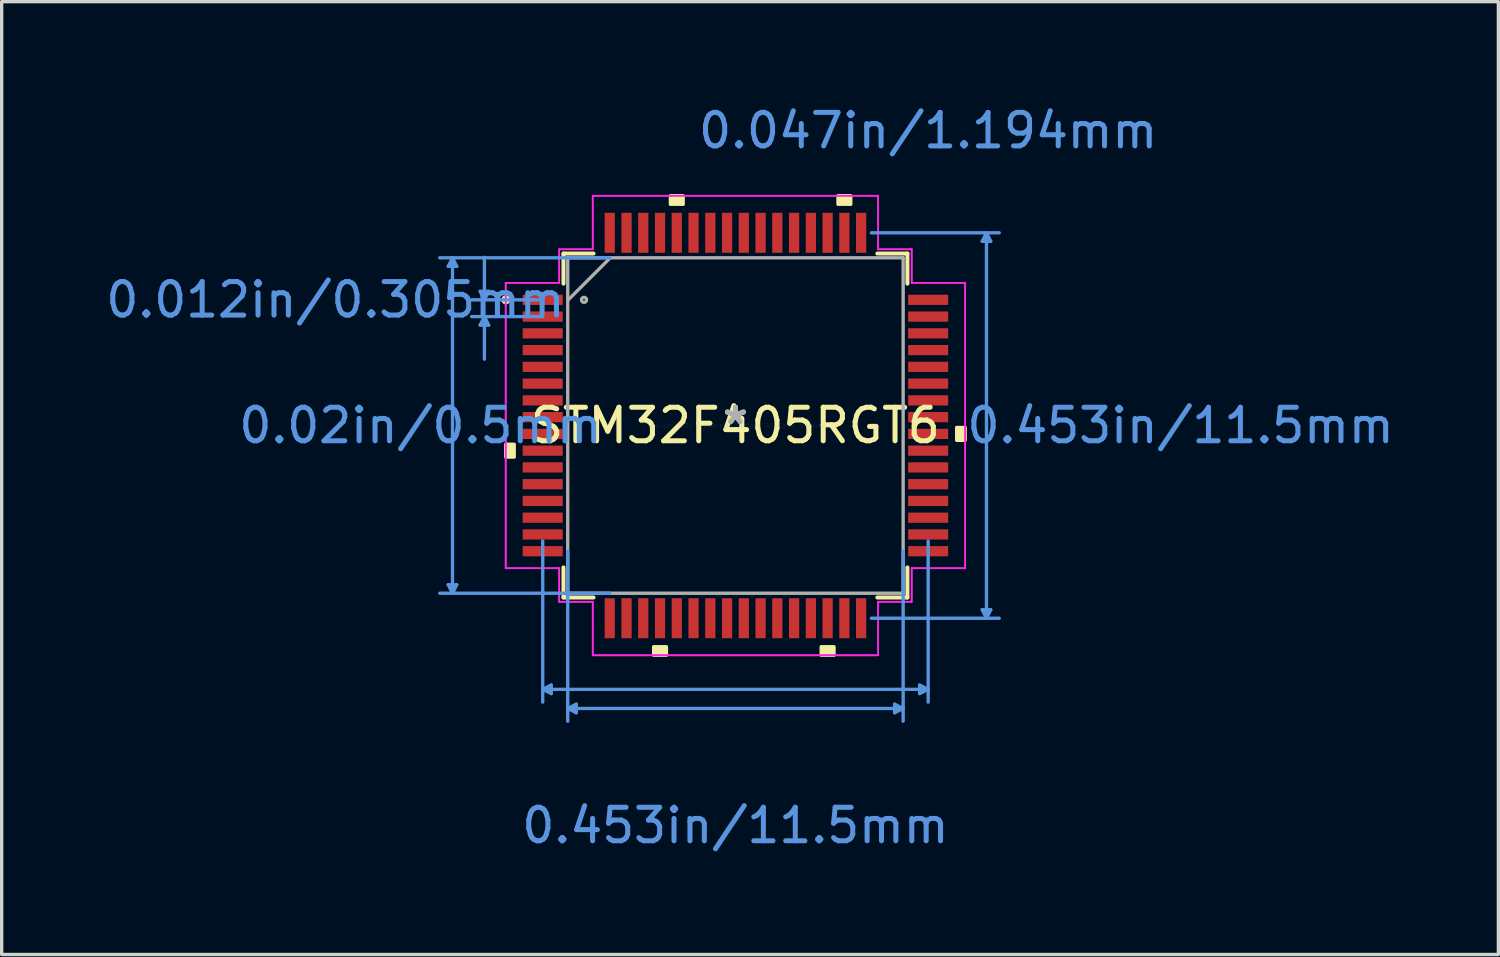
<source format=kicad_pcb>
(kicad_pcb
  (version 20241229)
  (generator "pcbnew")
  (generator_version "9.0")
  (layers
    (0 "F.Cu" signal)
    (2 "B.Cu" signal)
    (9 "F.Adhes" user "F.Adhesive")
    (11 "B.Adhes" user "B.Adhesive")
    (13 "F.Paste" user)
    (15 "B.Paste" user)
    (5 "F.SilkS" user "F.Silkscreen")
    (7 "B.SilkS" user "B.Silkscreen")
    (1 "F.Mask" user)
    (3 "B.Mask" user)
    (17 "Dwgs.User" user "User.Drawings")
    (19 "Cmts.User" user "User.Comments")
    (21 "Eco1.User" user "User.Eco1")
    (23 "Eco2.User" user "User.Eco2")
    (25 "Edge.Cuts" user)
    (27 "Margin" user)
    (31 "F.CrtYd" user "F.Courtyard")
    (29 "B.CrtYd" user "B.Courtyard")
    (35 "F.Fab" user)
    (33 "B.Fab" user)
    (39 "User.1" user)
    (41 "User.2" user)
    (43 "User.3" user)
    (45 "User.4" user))
  (footprint "STM32F405RGT6"
    (layer "F.Cu")
    (at 18.893 9.646)
    (property "Reference" "STM32F405RGT6" (at 0 0 0) (layer "F.SilkS") (effects (font (size 1 1) (thickness 0.15))))
    (attr through_hole)
    (fp_line (start -5.131 -5.131) (end -5.131 -4.234) (stroke (width 0.12) (type solid)) (layer "F.SilkS"))
    (fp_line (start -5.131 4.234) (end -5.131 5.131) (stroke (width 0.12) (type solid)) (layer "F.SilkS"))
    (fp_line (start -5.131 5.131) (end -4.234 5.131) (stroke (width 0.12) (type solid)) (layer "F.SilkS"))
    (fp_line (start -4.234 -5.131) (end -5.131 -5.131) (stroke (width 0.12) (type solid)) (layer "F.SilkS"))
    (fp_line (start 4.234 5.131) (end 5.131 5.131) (stroke (width 0.12) (type solid)) (layer "F.SilkS"))
    (fp_line (start 5.131 -5.131) (end 4.234 -5.131) (stroke (width 0.12) (type solid)) (layer "F.SilkS"))
    (fp_line (start 5.131 -4.234) (end 5.131 -5.131) (stroke (width 0.12) (type solid)) (layer "F.SilkS"))
    (fp_line (start 5.131 5.131) (end 5.131 4.234) (stroke (width 0.12) (type solid)) (layer "F.SilkS"))
    (fp_circle (center -6.851 -3.75) (end -6.775 -3.75) (stroke (width 0.12) (type solid)) (fill no) (layer "F.SilkS"))
    (fp_poly (pts (xy -6.855 0.56) (xy -6.855 0.941) (xy -6.601 0.941) (xy -6.601 0.56)) (stroke (width 0.1) (type solid)) (fill yes) (layer "F.SilkS"))
    (fp_poly (pts (xy -2.441 6.601) (xy -2.441 6.855) (xy -2.06 6.855) (xy -2.06 6.601)) (stroke (width 0.1) (type solid)) (fill yes) (layer "F.SilkS"))
    (fp_poly (pts (xy -1.94 -6.601) (xy -1.94 -6.855) (xy -1.559 -6.855) (xy -1.559 -6.601)) (stroke (width 0.1) (type solid)) (fill yes) (layer "F.SilkS"))
    (fp_poly (pts (xy 2.559 6.601) (xy 2.559 6.855) (xy 2.941 6.855) (xy 2.941 6.601)) (stroke (width 0.1) (type solid)) (fill yes) (layer "F.SilkS"))
    (fp_poly (pts (xy 3.06 -6.601) (xy 3.06 -6.855) (xy 3.441 -6.855) (xy 3.441 -6.601)) (stroke (width 0.1) (type solid)) (fill yes) (layer "F.SilkS"))
    (fp_poly (pts (xy 6.855 0.059) (xy 6.855 0.441) (xy 6.601 0.441) (xy 6.601 0.059)) (stroke (width 0.1) (type solid)) (fill yes) (layer "F.SilkS"))
    (fp_line (start -8.569 -4.75) (end -8.315 -4.75) (stroke (width 0.1) (type solid)) (layer "Cmts.User"))
    (fp_line (start -8.569 4.75) (end -8.315 4.75) (stroke (width 0.1) (type solid)) (layer "Cmts.User"))
    (fp_line (start -8.442 -5.004) (end -8.569 -4.75) (stroke (width 0.1) (type solid)) (layer "Cmts.User"))
    (fp_line (start -8.442 -5.004) (end -8.442 5.004) (stroke (width 0.1) (type solid)) (layer "Cmts.User"))
    (fp_line (start -8.442 -5.004) (end -8.315 -4.75) (stroke (width 0.1) (type solid)) (layer "Cmts.User"))
    (fp_line (start -8.442 5.004) (end -8.569 4.75) (stroke (width 0.1) (type solid)) (layer "Cmts.User"))
    (fp_line (start -8.442 5.004) (end -8.315 4.75) (stroke (width 0.1) (type solid)) (layer "Cmts.User"))
    (fp_line (start -7.617 -4.004) (end -7.363 -4.004) (stroke (width 0.1) (type solid)) (layer "Cmts.User"))
    (fp_line (start -7.617 -2.996) (end -7.363 -2.996) (stroke (width 0.1) (type solid)) (layer "Cmts.User"))
    (fp_line (start -7.49 -3.75) (end -7.617 -4.004) (stroke (width 0.1) (type solid)) (layer "Cmts.User"))
    (fp_line (start -7.49 -3.75) (end -7.49 -5.02) (stroke (width 0.1) (type solid)) (layer "Cmts.User"))
    (fp_line (start -7.49 -3.75) (end -7.363 -4.004) (stroke (width 0.1) (type solid)) (layer "Cmts.User"))
    (fp_line (start -7.49 -3.25) (end -7.617 -2.996) (stroke (width 0.1) (type solid)) (layer "Cmts.User"))
    (fp_line (start -7.49 -3.25) (end -7.49 -1.98) (stroke (width 0.1) (type solid)) (layer "Cmts.User"))
    (fp_line (start -7.49 -3.25) (end -7.363 -2.996) (stroke (width 0.1) (type solid)) (layer "Cmts.User"))
    (fp_line (start -5.75 -3.75) (end -7.871 -3.75) (stroke (width 0.1) (type solid)) (layer "Cmts.User"))
    (fp_line (start -5.75 -3.25) (end -7.871 -3.25) (stroke (width 0.1) (type solid)) (layer "Cmts.User"))
    (fp_line (start -5.75 3.445) (end -5.75 8.252) (stroke (width 0.1) (type solid)) (layer "Cmts.User"))
    (fp_line (start -5.75 7.871) (end -5.496 7.744) (stroke (width 0.1) (type solid)) (layer "Cmts.User"))
    (fp_line (start -5.75 7.871) (end -5.496 7.998) (stroke (width 0.1) (type solid)) (layer "Cmts.User"))
    (fp_line (start -5.75 7.871) (end 5.75 7.871) (stroke (width 0.1) (type solid)) (layer "Cmts.User"))
    (fp_line (start -5.496 7.744) (end -5.496 7.998) (stroke (width 0.1) (type solid)) (layer "Cmts.User"))
    (fp_line (start -5.004 3.75) (end -5.004 8.823) (stroke (width 0.1) (type solid)) (layer "Cmts.User"))
    (fp_line (start -5.004 8.442) (end -4.75 8.315) (stroke (width 0.1) (type solid)) (layer "Cmts.User"))
    (fp_line (start -5.004 8.442) (end -4.75 8.569) (stroke (width 0.1) (type solid)) (layer "Cmts.User"))
    (fp_line (start -5.004 8.442) (end 5.004 8.442) (stroke (width 0.1) (type solid)) (layer "Cmts.User"))
    (fp_line (start -4.75 8.315) (end -4.75 8.569) (stroke (width 0.1) (type solid)) (layer "Cmts.User"))
    (fp_line (start -3.75 -5.004) (end -8.823 -5.004) (stroke (width 0.1) (type solid)) (layer "Cmts.User"))
    (fp_line (start -3.75 5.004) (end -8.823 5.004) (stroke (width 0.1) (type solid)) (layer "Cmts.User"))
    (fp_line (start 4.055 -5.75) (end 7.871 -5.75) (stroke (width 0.1) (type solid)) (layer "Cmts.User"))
    (fp_line (start 4.055 5.75) (end 7.871 5.75) (stroke (width 0.1) (type solid)) (layer "Cmts.User"))
    (fp_line (start 4.75 8.315) (end 4.75 8.569) (stroke (width 0.1) (type solid)) (layer "Cmts.User"))
    (fp_line (start 5.004 3.75) (end 5.004 8.823) (stroke (width 0.1) (type solid)) (layer "Cmts.User"))
    (fp_line (start 5.004 8.442) (end 4.75 8.315) (stroke (width 0.1) (type solid)) (layer "Cmts.User"))
    (fp_line (start 5.004 8.442) (end 4.75 8.569) (stroke (width 0.1) (type solid)) (layer "Cmts.User"))
    (fp_line (start 5.496 7.744) (end 5.496 7.998) (stroke (width 0.1) (type solid)) (layer "Cmts.User"))
    (fp_line (start 5.75 3.445) (end 5.75 8.252) (stroke (width 0.1) (type solid)) (layer "Cmts.User"))
    (fp_line (start 5.75 7.871) (end 5.496 7.744) (stroke (width 0.1) (type solid)) (layer "Cmts.User"))
    (fp_line (start 5.75 7.871) (end 5.496 7.998) (stroke (width 0.1) (type solid)) (layer "Cmts.User"))
    (fp_line (start 7.363 -5.496) (end 7.617 -5.496) (stroke (width 0.1) (type solid)) (layer "Cmts.User"))
    (fp_line (start 7.363 5.496) (end 7.617 5.496) (stroke (width 0.1) (type solid)) (layer "Cmts.User"))
    (fp_line (start 7.49 -5.75) (end 7.363 -5.496) (stroke (width 0.1) (type solid)) (layer "Cmts.User"))
    (fp_line (start 7.49 -5.75) (end 7.49 5.75) (stroke (width 0.1) (type solid)) (layer "Cmts.User"))
    (fp_line (start 7.49 -5.75) (end 7.617 -5.496) (stroke (width 0.1) (type solid)) (layer "Cmts.User"))
    (fp_line (start 7.49 5.75) (end 7.363 5.496) (stroke (width 0.1) (type solid)) (layer "Cmts.User"))
    (fp_line (start 7.49 5.75) (end 7.617 5.496) (stroke (width 0.1) (type solid)) (layer "Cmts.User"))
    (fp_line (start -6.855 -4.258) (end -5.258 -4.258) (stroke (width 0.05) (type solid)) (layer "F.CrtYd"))
    (fp_line (start -6.855 -4.258) (end -5.258 -4.258) (stroke (width 0.05) (type solid)) (layer "F.CrtYd"))
    (fp_line (start -6.855 4.258) (end -6.855 -4.258) (stroke (width 0.05) (type solid)) (layer "F.CrtYd"))
    (fp_line (start -6.855 4.258) (end -6.855 -4.258) (stroke (width 0.05) (type solid)) (layer "F.CrtYd"))
    (fp_line (start -5.258 -5.258) (end -4.258 -5.258) (stroke (width 0.05) (type solid)) (layer "F.CrtYd"))
    (fp_line (start -5.258 -5.258) (end -4.258 -5.258) (stroke (width 0.05) (type solid)) (layer "F.CrtYd"))
    (fp_line (start -5.258 -4.258) (end -5.258 -5.258) (stroke (width 0.05) (type solid)) (layer "F.CrtYd"))
    (fp_line (start -5.258 -4.258) (end -5.258 -5.258) (stroke (width 0.05) (type solid)) (layer "F.CrtYd"))
    (fp_line (start -5.258 4.258) (end -6.855 4.258) (stroke (width 0.05) (type solid)) (layer "F.CrtYd"))
    (fp_line (start -5.258 4.258) (end -6.855 4.258) (stroke (width 0.05) (type solid)) (layer "F.CrtYd"))
    (fp_line (start -5.258 5.258) (end -5.258 4.258) (stroke (width 0.05) (type solid)) (layer "F.CrtYd"))
    (fp_line (start -5.258 5.258) (end -5.258 4.258) (stroke (width 0.05) (type solid)) (layer "F.CrtYd"))
    (fp_line (start -4.258 -6.855) (end 4.258 -6.855) (stroke (width 0.05) (type solid)) (layer "F.CrtYd"))
    (fp_line (start -4.258 -6.855) (end 4.258 -6.855) (stroke (width 0.05) (type solid)) (layer "F.CrtYd"))
    (fp_line (start -4.258 -5.258) (end -4.258 -6.855) (stroke (width 0.05) (type solid)) (layer "F.CrtYd"))
    (fp_line (start -4.258 -5.258) (end -4.258 -6.855) (stroke (width 0.05) (type solid)) (layer "F.CrtYd"))
    (fp_line (start -4.258 5.258) (end -5.258 5.258) (stroke (width 0.05) (type solid)) (layer "F.CrtYd"))
    (fp_line (start -4.258 5.258) (end -5.258 5.258) (stroke (width 0.05) (type solid)) (layer "F.CrtYd"))
    (fp_line (start -4.258 6.855) (end -4.258 5.258) (stroke (width 0.05) (type solid)) (layer "F.CrtYd"))
    (fp_line (start -4.258 6.855) (end -4.258 5.258) (stroke (width 0.05) (type solid)) (layer "F.CrtYd"))
    (fp_line (start 4.258 -6.855) (end 4.258 -5.258) (stroke (width 0.05) (type solid)) (layer "F.CrtYd"))
    (fp_line (start 4.258 -6.855) (end 4.258 -5.258) (stroke (width 0.05) (type solid)) (layer "F.CrtYd"))
    (fp_line (start 4.258 -5.258) (end 5.258 -5.258) (stroke (width 0.05) (type solid)) (layer "F.CrtYd"))
    (fp_line (start 4.258 -5.258) (end 5.258 -5.258) (stroke (width 0.05) (type solid)) (layer "F.CrtYd"))
    (fp_line (start 4.258 5.258) (end 4.258 6.855) (stroke (width 0.05) (type solid)) (layer "F.CrtYd"))
    (fp_line (start 4.258 5.258) (end 4.258 6.855) (stroke (width 0.05) (type solid)) (layer "F.CrtYd"))
    (fp_line (start 4.258 6.855) (end -4.258 6.855) (stroke (width 0.05) (type solid)) (layer "F.CrtYd"))
    (fp_line (start 4.258 6.855) (end -4.258 6.855) (stroke (width 0.05) (type solid)) (layer "F.CrtYd"))
    (fp_line (start 5.258 -5.258) (end 5.258 -4.258) (stroke (width 0.05) (type solid)) (layer "F.CrtYd"))
    (fp_line (start 5.258 -5.258) (end 5.258 -4.258) (stroke (width 0.05) (type solid)) (layer "F.CrtYd"))
    (fp_line (start 5.258 -4.258) (end 6.855 -4.258) (stroke (width 0.05) (type solid)) (layer "F.CrtYd"))
    (fp_line (start 5.258 -4.258) (end 6.855 -4.258) (stroke (width 0.05) (type solid)) (layer "F.CrtYd"))
    (fp_line (start 5.258 4.258) (end 5.258 5.258) (stroke (width 0.05) (type solid)) (layer "F.CrtYd"))
    (fp_line (start 5.258 4.258) (end 5.258 5.258) (stroke (width 0.05) (type solid)) (layer "F.CrtYd"))
    (fp_line (start 5.258 5.258) (end 4.258 5.258) (stroke (width 0.05) (type solid)) (layer "F.CrtYd"))
    (fp_line (start 5.258 5.258) (end 4.258 5.258) (stroke (width 0.05) (type solid)) (layer "F.CrtYd"))
    (fp_line (start 6.855 -4.258) (end 6.855 4.258) (stroke (width 0.05) (type solid)) (layer "F.CrtYd"))
    (fp_line (start 6.855 -4.258) (end 6.855 4.258) (stroke (width 0.05) (type solid)) (layer "F.CrtYd"))
    (fp_line (start 6.855 4.258) (end 5.258 4.258) (stroke (width 0.05) (type solid)) (layer "F.CrtYd"))
    (fp_line (start 6.855 4.258) (end 5.258 4.258) (stroke (width 0.05) (type solid)) (layer "F.CrtYd"))
    (fp_line (start -5.004 -5.004) (end -5.004 5.004) (stroke (width 0.1) (type solid)) (layer "F.Fab"))
    (fp_line (start -5.004 -3.734) (end -3.734 -5.004) (stroke (width 0.1) (type solid)) (layer "F.Fab"))
    (fp_line (start -5.004 5.004) (end 5.004 5.004) (stroke (width 0.1) (type solid)) (layer "F.Fab"))
    (fp_line (start 5.004 -5.004) (end -5.004 -5.004) (stroke (width 0.1) (type solid)) (layer "F.Fab"))
    (fp_line (start 5.004 5.004) (end 5.004 -5.004) (stroke (width 0.1) (type solid)) (layer "F.Fab"))
    (fp_circle (center -4.518 -3.75) (end -4.442 -3.75) (stroke (width 0.1) (type solid)) (fill no) (layer "F.Fab"))
    (fp_text user "*" (at 0 0 0) (layer "F.SilkS") (effects (font (size 1 1) (thickness 0.15))))
    (fp_text user "0.453in/11.5mm" (at 13.281 0 0) (layer "Cmts.User") (effects (font (size 1 1) (thickness 0.15))))
    (fp_text user "0.012in/0.305mm" (at -11.935 -3.75 0) (layer "Cmts.User") (effects (font (size 1 1) (thickness 0.15))))
    (fp_text user "0.047in/1.194mm" (at 5.75 -8.798 0) (layer "Cmts.User") (effects (font (size 1 1) (thickness 0.15))))
    (fp_text user "0.02in/0.5mm" (at -9.395 0 0) (layer "Cmts.User") (effects (font (size 1 1) (thickness 0.15))))
    (fp_text user "0.453in/11.5mm" (at 0 11.935 0) (layer "Cmts.User") (effects (font (size 1 1) (thickness 0.15))))
    (fp_text user "Copyright 2021 Accelerated Designs. All rights reserved." (at 0 0 0) (layer "Cmts.User") (effects (font (size 0.127 0.127) (thickness 0.002))))
    (fp_text user "*" (at 0 0 0) (layer "F.Fab") (effects (font (size 1 1) (thickness 0.15))))
    (pad "1" smd rect (at -5.75 -3.75) (size 1.194 0.305) (layers "F.Cu" "F.Mask" "F.Paste"))
    (pad "2" smd rect (at -5.75 -3.25) (size 1.194 0.305) (layers "F.Cu" "F.Mask" "F.Paste"))
    (pad "3" smd rect (at -5.75 -2.75) (size 1.194 0.305) (layers "F.Cu" "F.Mask" "F.Paste"))
    (pad "4" smd rect (at -5.75 -2.25) (size 1.194 0.305) (layers "F.Cu" "F.Mask" "F.Paste"))
    (pad "5" smd rect (at -5.75 -1.75) (size 1.194 0.305) (layers "F.Cu" "F.Mask" "F.Paste"))
    (pad "6" smd rect (at -5.75 -1.25) (size 1.194 0.305) (layers "F.Cu" "F.Mask" "F.Paste"))
    (pad "7" smd rect (at -5.75 -0.75) (size 1.194 0.305) (layers "F.Cu" "F.Mask" "F.Paste"))
    (pad "8" smd rect (at -5.75 -0.25) (size 1.194 0.305) (layers "F.Cu" "F.Mask" "F.Paste"))
    (pad "9" smd rect (at -5.75 0.25) (size 1.194 0.305) (layers "F.Cu" "F.Mask" "F.Paste"))
    (pad "10" smd rect (at -5.75 0.75) (size 1.194 0.305) (layers "F.Cu" "F.Mask" "F.Paste"))
    (pad "11" smd rect (at -5.75 1.25) (size 1.194 0.305) (layers "F.Cu" "F.Mask" "F.Paste"))
    (pad "12" smd rect (at -5.75 1.75) (size 1.194 0.305) (layers "F.Cu" "F.Mask" "F.Paste"))
    (pad "13" smd rect (at -5.75 2.25) (size 1.194 0.305) (layers "F.Cu" "F.Mask" "F.Paste"))
    (pad "14" smd rect (at -5.75 2.75) (size 1.194 0.305) (layers "F.Cu" "F.Mask" "F.Paste"))
    (pad "15" smd rect (at -5.75 3.25) (size 1.194 0.305) (layers "F.Cu" "F.Mask" "F.Paste"))
    (pad "16" smd rect (at -5.75 3.75) (size 1.194 0.305) (layers "F.Cu" "F.Mask" "F.Paste"))
    (pad "17" smd rect (at -3.75 5.75 90) (size 1.194 0.305) (layers "F.Cu" "F.Mask" "F.Paste"))
    (pad "18" smd rect (at -3.25 5.75 90) (size 1.194 0.305) (layers "F.Cu" "F.Mask" "F.Paste"))
    (pad "19" smd rect (at -2.75 5.75 90) (size 1.194 0.305) (layers "F.Cu" "F.Mask" "F.Paste"))
    (pad "20" smd rect (at -2.25 5.75 90) (size 1.194 0.305) (layers "F.Cu" "F.Mask" "F.Paste"))
    (pad "21" smd rect (at -1.75 5.75 90) (size 1.194 0.305) (layers "F.Cu" "F.Mask" "F.Paste"))
    (pad "22" smd rect (at -1.25 5.75 90) (size 1.194 0.305) (layers "F.Cu" "F.Mask" "F.Paste"))
    (pad "23" smd rect (at -0.75 5.75 90) (size 1.194 0.305) (layers "F.Cu" "F.Mask" "F.Paste"))
    (pad "24" smd rect (at -0.25 5.75 90) (size 1.194 0.305) (layers "F.Cu" "F.Mask" "F.Paste"))
    (pad "25" smd rect (at 0.25 5.75 90) (size 1.194 0.305) (layers "F.Cu" "F.Mask" "F.Paste"))
    (pad "26" smd rect (at 0.75 5.75 90) (size 1.194 0.305) (layers "F.Cu" "F.Mask" "F.Paste"))
    (pad "27" smd rect (at 1.25 5.75 90) (size 1.194 0.305) (layers "F.Cu" "F.Mask" "F.Paste"))
    (pad "28" smd rect (at 1.75 5.75 90) (size 1.194 0.305) (layers "F.Cu" "F.Mask" "F.Paste"))
    (pad "29" smd rect (at 2.25 5.75 90) (size 1.194 0.305) (layers "F.Cu" "F.Mask" "F.Paste"))
    (pad "30" smd rect (at 2.75 5.75 90) (size 1.194 0.305) (layers "F.Cu" "F.Mask" "F.Paste"))
    (pad "31" smd rect (at 3.25 5.75 90) (size 1.194 0.305) (layers "F.Cu" "F.Mask" "F.Paste"))
    (pad "32" smd rect (at 3.75 5.75 90) (size 1.194 0.305) (layers "F.Cu" "F.Mask" "F.Paste"))
    (pad "33" smd rect (at 5.75 3.75) (size 1.194 0.305) (layers "F.Cu" "F.Mask" "F.Paste"))
    (pad "34" smd rect (at 5.75 3.25) (size 1.194 0.305) (layers "F.Cu" "F.Mask" "F.Paste"))
    (pad "35" smd rect (at 5.75 2.75) (size 1.194 0.305) (layers "F.Cu" "F.Mask" "F.Paste"))
    (pad "36" smd rect (at 5.75 2.25) (size 1.194 0.305) (layers "F.Cu" "F.Mask" "F.Paste"))
    (pad "37" smd rect (at 5.75 1.75) (size 1.194 0.305) (layers "F.Cu" "F.Mask" "F.Paste"))
    (pad "38" smd rect (at 5.75 1.25) (size 1.194 0.305) (layers "F.Cu" "F.Mask" "F.Paste"))
    (pad "39" smd rect (at 5.75 0.75) (size 1.194 0.305) (layers "F.Cu" "F.Mask" "F.Paste"))
    (pad "40" smd rect (at 5.75 0.25) (size 1.194 0.305) (layers "F.Cu" "F.Mask" "F.Paste"))
    (pad "41" smd rect (at 5.75 -0.25) (size 1.194 0.305) (layers "F.Cu" "F.Mask" "F.Paste"))
    (pad "42" smd rect (at 5.75 -0.75) (size 1.194 0.305) (layers "F.Cu" "F.Mask" "F.Paste"))
    (pad "43" smd rect (at 5.75 -1.25) (size 1.194 0.305) (layers "F.Cu" "F.Mask" "F.Paste"))
    (pad "44" smd rect (at 5.75 -1.75) (size 1.194 0.305) (layers "F.Cu" "F.Mask" "F.Paste"))
    (pad "45" smd rect (at 5.75 -2.25) (size 1.194 0.305) (layers "F.Cu" "F.Mask" "F.Paste"))
    (pad "46" smd rect (at 5.75 -2.75) (size 1.194 0.305) (layers "F.Cu" "F.Mask" "F.Paste"))
    (pad "47" smd rect (at 5.75 -3.25) (size 1.194 0.305) (layers "F.Cu" "F.Mask" "F.Paste"))
    (pad "48" smd rect (at 5.75 -3.75) (size 1.194 0.305) (layers "F.Cu" "F.Mask" "F.Paste"))
    (pad "49" smd rect (at 3.75 -5.75 90) (size 1.194 0.305) (layers "F.Cu" "F.Mask" "F.Paste"))
    (pad "50" smd rect (at 3.25 -5.75 90) (size 1.194 0.305) (layers "F.Cu" "F.Mask" "F.Paste"))
    (pad "51" smd rect (at 2.75 -5.75 90) (size 1.194 0.305) (layers "F.Cu" "F.Mask" "F.Paste"))
    (pad "52" smd rect (at 2.25 -5.75 90) (size 1.194 0.305) (layers "F.Cu" "F.Mask" "F.Paste"))
    (pad "53" smd rect (at 1.75 -5.75 90) (size 1.194 0.305) (layers "F.Cu" "F.Mask" "F.Paste"))
    (pad "54" smd rect (at 1.25 -5.75 90) (size 1.194 0.305) (layers "F.Cu" "F.Mask" "F.Paste"))
    (pad "55" smd rect (at 0.75 -5.75 90) (size 1.194 0.305) (layers "F.Cu" "F.Mask" "F.Paste"))
    (pad "56" smd rect (at 0.25 -5.75 90) (size 1.194 0.305) (layers "F.Cu" "F.Mask" "F.Paste"))
    (pad "57" smd rect (at -0.25 -5.75 90) (size 1.194 0.305) (layers "F.Cu" "F.Mask" "F.Paste"))
    (pad "58" smd rect (at -0.75 -5.75 90) (size 1.194 0.305) (layers "F.Cu" "F.Mask" "F.Paste"))
    (pad "59" smd rect (at -1.25 -5.75 90) (size 1.194 0.305) (layers "F.Cu" "F.Mask" "F.Paste"))
    (pad "60" smd rect (at -1.75 -5.75 90) (size 1.194 0.305) (layers "F.Cu" "F.Mask" "F.Paste"))
    (pad "61" smd rect (at -2.25 -5.75 90) (size 1.194 0.305) (layers "F.Cu" "F.Mask" "F.Paste"))
    (pad "62" smd rect (at -2.75 -5.75 90) (size 1.194 0.305) (layers "F.Cu" "F.Mask" "F.Paste"))
    (pad "63" smd rect (at -3.25 -5.75 90) (size 1.194 0.305) (layers "F.Cu" "F.Mask" "F.Paste"))
    (pad "64" smd rect (at -3.75 -5.75 90) (size 1.194 0.305) (layers "F.Cu" "F.Mask" "F.Paste")))
  (gr_rect
    (start -3 -3)
    (end 41.656 25.429)
    (stroke (width 0.1) (type default))
    (fill no)
    (layer "Edge.Cuts")))
</source>
